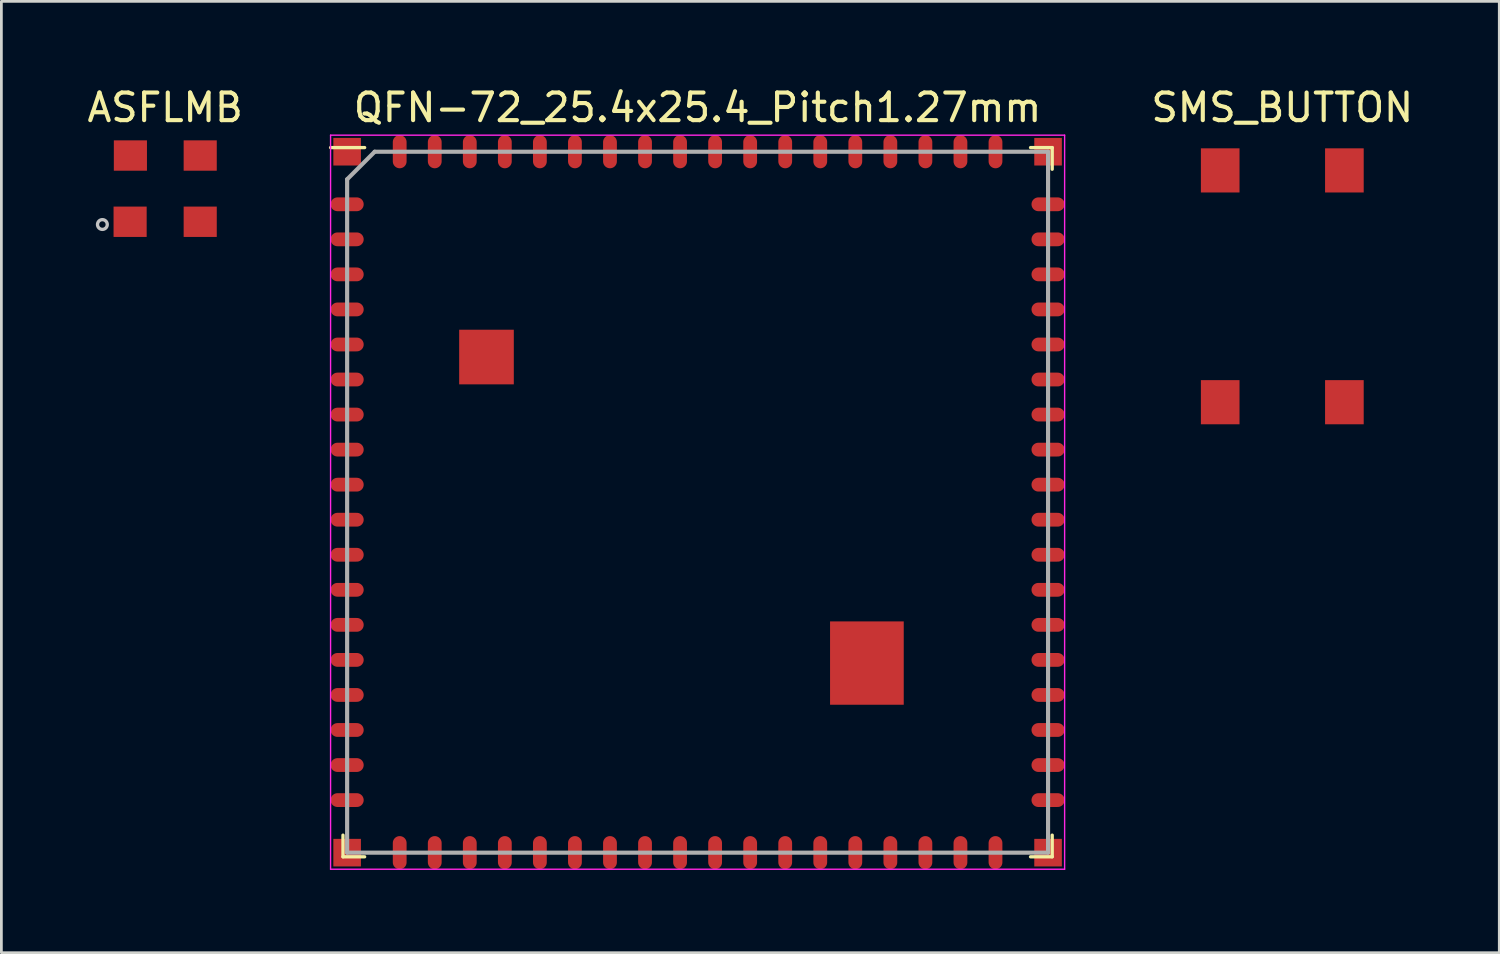
<source format=kicad_pcb>
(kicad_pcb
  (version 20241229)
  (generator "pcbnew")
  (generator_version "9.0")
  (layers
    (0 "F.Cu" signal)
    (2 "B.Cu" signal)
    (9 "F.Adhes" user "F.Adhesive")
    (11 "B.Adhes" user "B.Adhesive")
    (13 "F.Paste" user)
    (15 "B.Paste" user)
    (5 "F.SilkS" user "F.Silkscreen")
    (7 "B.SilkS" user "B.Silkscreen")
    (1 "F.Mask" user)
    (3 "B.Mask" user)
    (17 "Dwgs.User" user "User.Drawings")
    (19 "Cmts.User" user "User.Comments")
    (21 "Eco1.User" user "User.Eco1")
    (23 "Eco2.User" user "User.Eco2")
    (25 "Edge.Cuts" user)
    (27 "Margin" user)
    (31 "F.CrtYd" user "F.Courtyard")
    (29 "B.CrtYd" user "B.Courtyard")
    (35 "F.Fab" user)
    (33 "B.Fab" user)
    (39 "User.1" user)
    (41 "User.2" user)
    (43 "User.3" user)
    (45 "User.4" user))
  (footprint "QFN-72_25.4x25.4_Pitch1.27mm"
    (layer "F.Cu")
    (at 22.229 15.148)
    (property "Reference" "QFN-72_25.4x25.4_Pitch1.27mm" (at 0 -14.3 0) (layer "F.SilkS") (effects (font (size 1 1) (thickness 0.15))))
    (attr smd)
    (fp_line (start -12.85 12.85) (end -12.85 12.065) (stroke (width 0.12) (type solid)) (layer "F.SilkS"))
    (fp_line (start -12.065 -12.85) (end -13.3 -12.85) (stroke (width 0.12) (type solid)) (layer "F.SilkS"))
    (fp_line (start -12.065 12.85) (end -12.85 12.85) (stroke (width 0.12) (type solid)) (layer "F.SilkS"))
    (fp_line (start 12.065 -12.85) (end 12.85 -12.85) (stroke (width 0.12) (type solid)) (layer "F.SilkS"))
    (fp_line (start 12.065 12.85) (end 12.85 12.85) (stroke (width 0.12) (type solid)) (layer "F.SilkS"))
    (fp_line (start 12.85 -12.85) (end 12.85 -12.065) (stroke (width 0.12) (type solid)) (layer "F.SilkS"))
    (fp_line (start 12.85 12.85) (end 12.85 12.065) (stroke (width 0.12) (type solid)) (layer "F.SilkS"))
    (fp_line (start -13.3 -13.3) (end 13.3 -13.3) (stroke (width 0.05) (type solid)) (layer "F.CrtYd"))
    (fp_line (start -13.3 13.3) (end -13.3 -13.3) (stroke (width 0.05) (type solid)) (layer "F.CrtYd"))
    (fp_line (start 13.3 -13.3) (end 13.3 13.3) (stroke (width 0.05) (type solid)) (layer "F.CrtYd"))
    (fp_line (start 13.3 13.3) (end -13.3 13.3) (stroke (width 0.05) (type solid)) (layer "F.CrtYd"))
    (fp_line (start -12.7 -11.7) (end -12.7 12.7) (stroke (width 0.15) (type solid)) (layer "F.Fab"))
    (fp_line (start -12.7 12.7) (end 12.7 12.7) (stroke (width 0.15) (type solid)) (layer "F.Fab"))
    (fp_line (start -11.7 -12.7) (end -12.7 -11.7) (stroke (width 0.15) (type solid)) (layer "F.Fab"))
    (fp_line (start 12.7 -12.7) (end -11.7 -12.7) (stroke (width 0.15) (type solid)) (layer "F.Fab"))
    (fp_line (start 12.7 12.7) (end 12.7 -12.7) (stroke (width 0.15) (type solid)) (layer "F.Fab"))
    (pad " " smd rect (at -7.65 -5.26) (size 1.98 1.98) (layers "F.Cu" "F.Mask" "F.Paste"))
    (pad " " smd rect (at 6.135 5.83) (size 2.67 3.02) (layers "F.Cu" "F.Mask" "F.Paste"))
    (pad "0" smd rect (at -12.7 -12.7) (size 1 1) (layers "F.Cu" "F.Mask" "F.Paste"))
    (pad "0" smd rect (at -12.7 12.7) (size 1 1) (layers "F.Cu" "F.Mask" "F.Paste"))
    (pad "0" smd rect (at 12.7 -12.7) (size 1 1) (layers "F.Cu" "F.Mask" "F.Paste"))
    (pad "0" smd rect (at 12.7 12.7) (size 1 1) (layers "F.Cu" "F.Mask" "F.Paste"))
    (pad "1" smd oval (at -12.7 -10.795 90) (size 0.5 1.2) (layers "F.Cu" "F.Mask" "F.Paste"))
    (pad "2" smd oval (at -12.7 -9.525 90) (size 0.5 1.2) (layers "F.Cu" "F.Mask" "F.Paste"))
    (pad "3" smd oval (at -12.7 -8.255 90) (size 0.5 1.2) (layers "F.Cu" "F.Mask" "F.Paste"))
    (pad "4" smd oval (at -12.7 -6.985 90) (size 0.5 1.2) (layers "F.Cu" "F.Mask" "F.Paste"))
    (pad "5" smd oval (at -12.7 -5.715 90) (size 0.5 1.2) (layers "F.Cu" "F.Mask" "F.Paste"))
    (pad "6" smd oval (at -12.7 -4.445 90) (size 0.5 1.2) (layers "F.Cu" "F.Mask" "F.Paste"))
    (pad "7" smd oval (at -12.7 -3.175 90) (size 0.5 1.2) (layers "F.Cu" "F.Mask" "F.Paste"))
    (pad "8" smd oval (at -12.7 -1.905 90) (size 0.5 1.2) (layers "F.Cu" "F.Mask" "F.Paste"))
    (pad "9" smd oval (at -12.7 -0.635 90) (size 0.5 1.2) (layers "F.Cu" "F.Mask" "F.Paste"))
    (pad "10" smd oval (at -12.7 0.635 90) (size 0.5 1.2) (layers "F.Cu" "F.Mask" "F.Paste"))
    (pad "11" smd oval (at -12.7 1.905 90) (size 0.5 1.2) (layers "F.Cu" "F.Mask" "F.Paste"))
    (pad "12" smd oval (at -12.7 3.175 90) (size 0.5 1.2) (layers "F.Cu" "F.Mask" "F.Paste"))
    (pad "13" smd oval (at -12.7 4.445 90) (size 0.5 1.2) (layers "F.Cu" "F.Mask" "F.Paste"))
    (pad "14" smd oval (at -12.7 5.715 90) (size 0.5 1.2) (layers "F.Cu" "F.Mask" "F.Paste"))
    (pad "15" smd oval (at -12.7 6.985 90) (size 0.5 1.2) (layers "F.Cu" "F.Mask" "F.Paste"))
    (pad "16" smd oval (at -12.7 8.255 90) (size 0.5 1.2) (layers "F.Cu" "F.Mask" "F.Paste"))
    (pad "17" smd oval (at -12.7 9.525 90) (size 0.5 1.2) (layers "F.Cu" "F.Mask" "F.Paste"))
    (pad "18" smd oval (at -12.7 10.795 90) (size 0.5 1.2) (layers "F.Cu" "F.Mask" "F.Paste"))
    (pad "19" smd oval (at -10.795 12.7) (size 0.5 1.2) (layers "F.Cu" "F.Mask" "F.Paste"))
    (pad "20" smd oval (at -9.525 12.7) (size 0.5 1.2) (layers "F.Cu" "F.Mask" "F.Paste"))
    (pad "21" smd oval (at -8.255 12.7) (size 0.5 1.2) (layers "F.Cu" "F.Mask" "F.Paste"))
    (pad "22" smd oval (at -6.985 12.7) (size 0.5 1.2) (layers "F.Cu" "F.Mask" "F.Paste"))
    (pad "23" smd oval (at -5.715 12.7) (size 0.5 1.2) (layers "F.Cu" "F.Mask" "F.Paste"))
    (pad "24" smd oval (at -4.445 12.7) (size 0.5 1.2) (layers "F.Cu" "F.Mask" "F.Paste"))
    (pad "25" smd oval (at -3.175 12.7) (size 0.5 1.2) (layers "F.Cu" "F.Mask" "F.Paste"))
    (pad "26" smd oval (at -1.905 12.7) (size 0.5 1.2) (layers "F.Cu" "F.Mask" "F.Paste"))
    (pad "27" smd oval (at -0.635 12.7) (size 0.5 1.2) (layers "F.Cu" "F.Mask" "F.Paste"))
    (pad "28" smd oval (at 0.635 12.7) (size 0.5 1.2) (layers "F.Cu" "F.Mask" "F.Paste"))
    (pad "29" smd oval (at 1.905 12.7) (size 0.5 1.2) (layers "F.Cu" "F.Mask" "F.Paste"))
    (pad "30" smd oval (at 3.175 12.7) (size 0.5 1.2) (layers "F.Cu" "F.Mask" "F.Paste"))
    (pad "31" smd oval (at 4.445 12.7) (size 0.5 1.2) (layers "F.Cu" "F.Mask" "F.Paste"))
    (pad "32" smd oval (at 5.715 12.7) (size 0.5 1.2) (layers "F.Cu" "F.Mask" "F.Paste"))
    (pad "33" smd oval (at 6.985 12.7) (size 0.5 1.2) (layers "F.Cu" "F.Mask" "F.Paste"))
    (pad "34" smd oval (at 8.255 12.7) (size 0.5 1.2) (layers "F.Cu" "F.Mask" "F.Paste"))
    (pad "35" smd oval (at 9.525 12.7) (size 0.5 1.2) (layers "F.Cu" "F.Mask" "F.Paste"))
    (pad "36" smd oval (at 10.795 12.7) (size 0.5 1.2) (layers "F.Cu" "F.Mask" "F.Paste"))
    (pad "37" smd oval (at 12.7 10.795 90) (size 0.5 1.2) (layers "F.Cu" "F.Mask" "F.Paste"))
    (pad "38" smd oval (at 12.7 9.525 90) (size 0.5 1.2) (layers "F.Cu" "F.Mask" "F.Paste"))
    (pad "39" smd oval (at 12.7 8.255 90) (size 0.5 1.2) (layers "F.Cu" "F.Mask" "F.Paste"))
    (pad "40" smd oval (at 12.7 6.985 90) (size 0.5 1.2) (layers "F.Cu" "F.Mask" "F.Paste"))
    (pad "41" smd oval (at 12.7 5.715 90) (size 0.5 1.2) (layers "F.Cu" "F.Mask" "F.Paste"))
    (pad "42" smd oval (at 12.7 4.445 90) (size 0.5 1.2) (layers "F.Cu" "F.Mask" "F.Paste"))
    (pad "43" smd oval (at 12.7 3.175 90) (size 0.5 1.2) (layers "F.Cu" "F.Mask" "F.Paste"))
    (pad "44" smd oval (at 12.7 1.905 90) (size 0.5 1.2) (layers "F.Cu" "F.Mask" "F.Paste"))
    (pad "45" smd oval (at 12.7 0.635 90) (size 0.5 1.2) (layers "F.Cu" "F.Mask" "F.Paste"))
    (pad "46" smd oval (at 12.7 -0.635 90) (size 0.5 1.2) (layers "F.Cu" "F.Mask" "F.Paste"))
    (pad "47" smd oval (at 12.7 -1.905 90) (size 0.5 1.2) (layers "F.Cu" "F.Mask" "F.Paste"))
    (pad "48" smd oval (at 12.7 -3.175 90) (size 0.5 1.2) (layers "F.Cu" "F.Mask" "F.Paste"))
    (pad "49" smd oval (at 12.7 -4.445 90) (size 0.5 1.2) (layers "F.Cu" "F.Mask" "F.Paste"))
    (pad "50" smd oval (at 12.7 -5.715 90) (size 0.5 1.2) (layers "F.Cu" "F.Mask" "F.Paste"))
    (pad "51" smd oval (at 12.7 -6.985 90) (size 0.5 1.2) (layers "F.Cu" "F.Mask" "F.Paste"))
    (pad "52" smd oval (at 12.7 -8.255 90) (size 0.5 1.2) (layers "F.Cu" "F.Mask" "F.Paste"))
    (pad "53" smd oval (at 12.7 -9.525 90) (size 0.5 1.2) (layers "F.Cu" "F.Mask" "F.Paste"))
    (pad "54" smd oval (at 12.7 -10.795 90) (size 0.5 1.2) (layers "F.Cu" "F.Mask" "F.Paste"))
    (pad "55" smd oval (at 10.795 -12.7) (size 0.5 1.2) (layers "F.Cu" "F.Mask" "F.Paste"))
    (pad "56" smd oval (at 9.525 -12.7) (size 0.5 1.2) (layers "F.Cu" "F.Mask" "F.Paste"))
    (pad "57" smd oval (at 8.255 -12.7) (size 0.5 1.2) (layers "F.Cu" "F.Mask" "F.Paste"))
    (pad "58" smd oval (at 6.985 -12.7) (size 0.5 1.2) (layers "F.Cu" "F.Mask" "F.Paste"))
    (pad "59" smd oval (at 5.715 -12.7) (size 0.5 1.2) (layers "F.Cu" "F.Mask" "F.Paste"))
    (pad "60" smd oval (at 4.445 -12.7) (size 0.5 1.2) (layers "F.Cu" "F.Mask" "F.Paste"))
    (pad "61" smd oval (at 3.175 -12.7) (size 0.5 1.2) (layers "F.Cu" "F.Mask" "F.Paste"))
    (pad "62" smd oval (at 1.905 -12.7) (size 0.5 1.2) (layers "F.Cu" "F.Mask" "F.Paste"))
    (pad "63" smd oval (at 0.635 -12.7) (size 0.5 1.2) (layers "F.Cu" "F.Mask" "F.Paste"))
    (pad "64" smd oval (at -0.635 -12.7) (size 0.5 1.2) (layers "F.Cu" "F.Mask" "F.Paste"))
    (pad "65" smd oval (at -1.905 -12.7) (size 0.5 1.2) (layers "F.Cu" "F.Mask" "F.Paste"))
    (pad "66" smd oval (at -3.175 -12.7) (size 0.5 1.2) (layers "F.Cu" "F.Mask" "F.Paste"))
    (pad "67" smd oval (at -4.445 -12.7) (size 0.5 1.2) (layers "F.Cu" "F.Mask" "F.Paste"))
    (pad "68" smd oval (at -5.715 -12.7) (size 0.5 1.2) (layers "F.Cu" "F.Mask" "F.Paste"))
    (pad "69" smd oval (at -6.985 -12.7) (size 0.5 1.2) (layers "F.Cu" "F.Mask" "F.Paste"))
    (pad "70" smd oval (at -8.255 -12.7) (size 0.5 1.2) (layers "F.Cu" "F.Mask" "F.Paste"))
    (pad "71" smd oval (at -9.525 -12.7) (size 0.5 1.2) (layers "F.Cu" "F.Mask" "F.Paste"))
    (pad "72" smd oval (at -10.795 -12.7) (size 0.5 1.2) (layers "F.Cu" "F.Mask" "F.Paste")))
  (footprint "ASFLMB"
    (layer "F.Cu")
    (at 2.935 3.786)
    (property "Reference" "ASFLMB" (at 0 -2.938 0) (layer "F.SilkS") (effects (font (size 1 1) (thickness 0.15))))
    (attr through_hole)
    (fp_circle (center -2.275 1.3) (end -2.098 1.3) (stroke (width 0.12) (type solid)) (fill no) (layer "Dwgs.User"))
    (pad "1" smd rect (at 1.27 1.2) (size 1.2 1.1) (layers "F.Cu" "F.Mask" "F.Paste"))
    (pad "2" smd rect (at -1.27 1.2) (size 1.2 1.1) (layers "F.Cu" "F.Mask" "F.Paste"))
    (pad "3" smd rect (at -1.26 -1.2) (size 1.2 1.1) (layers "F.Cu" "F.Mask" "F.Paste"))
    (pad "4" smd rect (at 1.27 -1.2) (size 1.2 1.1) (layers "F.Cu" "F.Mask" "F.Paste")))
  (footprint "SMS_BUTTON"
    (layer "F.Cu")
    (at 43.417 7.325)
    (property "Reference" "SMS_BUTTON" (at 0 -6.477 0) (layer "F.SilkS") (effects (font (size 1 1) (thickness 0.15))))
    (attr through_hole)
    (pad "1" smd rect (at 2.25 4.2) (size 1.4 1.6) (layers "F.Cu" "F.Mask" "F.Paste"))
    (pad "2" smd rect (at 2.25 -4.2) (size 1.4 1.6) (layers "F.Cu" "F.Mask" "F.Paste"))
    (pad "3" smd rect (at -2.25 4.2) (size 1.4 1.6) (layers "F.Cu" "F.Mask" "F.Paste"))
    (pad "4" smd rect (at -2.25 -4.2) (size 1.4 1.6) (layers "F.Cu" "F.Mask" "F.Paste")))
  (gr_rect
    (start -3 -3)
    (end 51.28 31.473)
    (stroke (width 0.1) (type default))
    (fill no)
    (layer "Edge.Cuts")))
</source>
